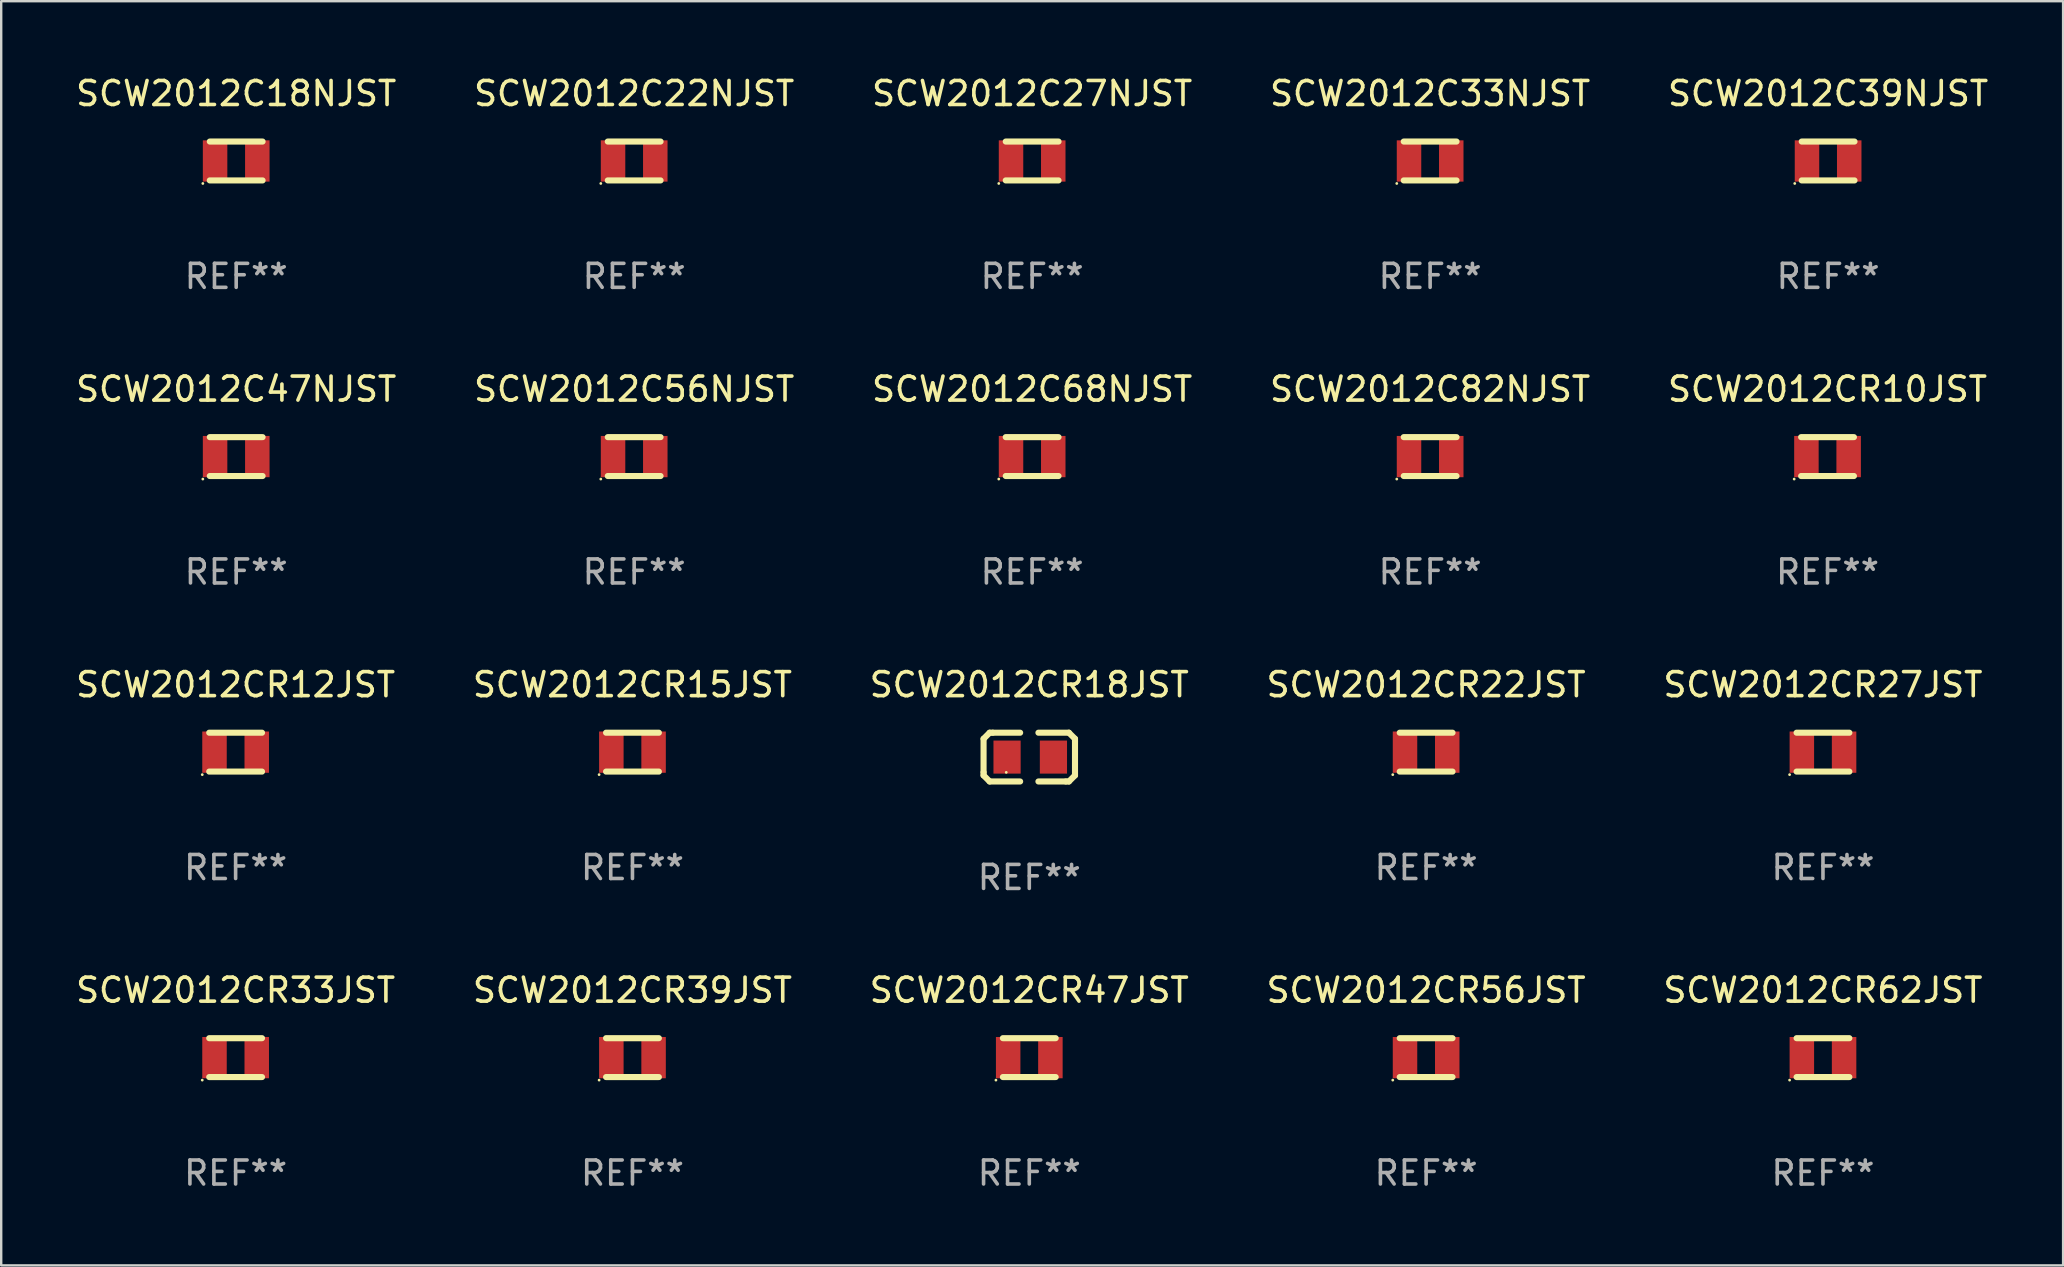
<source format=kicad_pcb>
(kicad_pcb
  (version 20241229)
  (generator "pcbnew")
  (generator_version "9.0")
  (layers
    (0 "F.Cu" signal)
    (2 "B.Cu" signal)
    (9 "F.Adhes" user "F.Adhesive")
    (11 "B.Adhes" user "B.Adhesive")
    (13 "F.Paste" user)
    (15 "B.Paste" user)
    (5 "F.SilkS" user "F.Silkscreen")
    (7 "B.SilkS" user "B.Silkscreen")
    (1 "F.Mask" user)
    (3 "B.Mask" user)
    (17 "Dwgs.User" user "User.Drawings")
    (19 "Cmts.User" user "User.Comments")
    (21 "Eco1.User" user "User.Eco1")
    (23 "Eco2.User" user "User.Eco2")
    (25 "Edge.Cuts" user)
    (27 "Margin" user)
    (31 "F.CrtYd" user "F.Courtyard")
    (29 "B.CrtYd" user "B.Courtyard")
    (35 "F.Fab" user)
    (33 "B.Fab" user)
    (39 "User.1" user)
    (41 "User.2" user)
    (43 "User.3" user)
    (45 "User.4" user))
  (footprint "SCW2012C33NJST"
    (layer "F.Cu")
    (at 56.542 3.658)
    (property "Reference" "SCW2012C33NJST" (at 0 -2.81 0) (layer "F.SilkS") (effects (font (size 1 1) (thickness 0.15))))
    (attr through_hole)
    (fp_line (start -1.1 -0.81) (end 1.1 -0.81) (stroke (width 0.254) (type solid)) (layer "F.SilkS"))
    (fp_line (start -1.1 0.81) (end 1.1 0.81) (stroke (width 0.254) (type solid)) (layer "F.SilkS"))
    (fp_circle (center -1.39 0.937) (end -1.36 0.937) (stroke (width 0.06) (type solid)) (fill no) (layer "F.SilkS"))
    (fp_text user "REF**" (at 0 4.81 0) (layer "F.Fab") (effects (font (size 1 1) (thickness 0.15))))
    (pad "1" smd rect (at -0.88 0) (size 1.02 1.72) (layers "F.Cu" "F.Mask" "F.Paste"))
    (pad "2" smd rect (at 0.88 0) (size 1.02 1.72) (layers "F.Cu" "F.Mask" "F.Paste")))
  (footprint "SCW2012C22NJST"
    (layer "F.Cu")
    (at 23.375 3.658)
    (property "Reference" "SCW2012C22NJST" (at 0 -2.81 0) (layer "F.SilkS") (effects (font (size 1 1) (thickness 0.15))))
    (attr through_hole)
    (fp_line (start -1.1 -0.81) (end 1.1 -0.81) (stroke (width 0.254) (type solid)) (layer "F.SilkS"))
    (fp_line (start -1.1 0.81) (end 1.1 0.81) (stroke (width 0.254) (type solid)) (layer "F.SilkS"))
    (fp_circle (center -1.39 0.937) (end -1.36 0.937) (stroke (width 0.06) (type solid)) (fill no) (layer "F.SilkS"))
    (fp_text user "REF**" (at 0 4.81 0) (layer "F.Fab") (effects (font (size 1 1) (thickness 0.15))))
    (pad "1" smd rect (at -0.88 0) (size 1.02 1.72) (layers "F.Cu" "F.Mask" "F.Paste"))
    (pad "2" smd rect (at 0.88 0) (size 1.02 1.72) (layers "F.Cu" "F.Mask" "F.Paste")))
  (footprint "SCW2012CR15JST"
    (layer "F.Cu")
    (at 23.304 28.291)
    (property "Reference" "SCW2012CR15JST" (at 0 -2.81 0) (layer "F.SilkS") (effects (font (size 1 1) (thickness 0.15))))
    (attr through_hole)
    (fp_line (start -1.1 -0.81) (end 1.1 -0.81) (stroke (width 0.254) (type solid)) (layer "F.SilkS"))
    (fp_line (start -1.1 0.81) (end 1.1 0.81) (stroke (width 0.254) (type solid)) (layer "F.SilkS"))
    (fp_circle (center -1.39 0.937) (end -1.36 0.937) (stroke (width 0.06) (type solid)) (fill no) (layer "F.SilkS"))
    (fp_text user "REF**" (at 0 4.81 0) (layer "F.Fab") (effects (font (size 1 1) (thickness 0.15))))
    (pad "1" smd rect (at -0.88 0) (size 1.02 1.72) (layers "F.Cu" "F.Mask" "F.Paste"))
    (pad "2" smd rect (at 0.88 0) (size 1.02 1.72) (layers "F.Cu" "F.Mask" "F.Paste")))
  (footprint "SCW2012C82NJST"
    (layer "F.Cu")
    (at 56.542 15.975)
    (property "Reference" "SCW2012C82NJST" (at 0 -2.81 0) (layer "F.SilkS") (effects (font (size 1 1) (thickness 0.15))))
    (attr through_hole)
    (fp_line (start -1.1 -0.81) (end 1.1 -0.81) (stroke (width 0.254) (type solid)) (layer "F.SilkS"))
    (fp_line (start -1.1 0.81) (end 1.1 0.81) (stroke (width 0.254) (type solid)) (layer "F.SilkS"))
    (fp_circle (center -1.39 0.937) (end -1.36 0.937) (stroke (width 0.06) (type solid)) (fill no) (layer "F.SilkS"))
    (fp_text user "REF**" (at 0 4.81 0) (layer "F.Fab") (effects (font (size 1 1) (thickness 0.15))))
    (pad "1" smd rect (at -0.88 0) (size 1.02 1.72) (layers "F.Cu" "F.Mask" "F.Paste"))
    (pad "2" smd rect (at 0.88 0) (size 1.02 1.72) (layers "F.Cu" "F.Mask" "F.Paste")))
  (footprint "SCW2012CR47JST"
    (layer "F.Cu")
    (at 39.839 41.02)
    (property "Reference" "SCW2012CR47JST" (at 0 -2.81 0) (layer "F.SilkS") (effects (font (size 1 1) (thickness 0.15))))
    (attr through_hole)
    (fp_line (start -1.1 -0.81) (end 1.1 -0.81) (stroke (width 0.254) (type solid)) (layer "F.SilkS"))
    (fp_line (start -1.1 0.81) (end 1.1 0.81) (stroke (width 0.254) (type solid)) (layer "F.SilkS"))
    (fp_circle (center -1.39 0.937) (end -1.36 0.937) (stroke (width 0.06) (type solid)) (fill no) (layer "F.SilkS"))
    (fp_text user "REF**" (at 0 4.81 0) (layer "F.Fab") (effects (font (size 1 1) (thickness 0.15))))
    (pad "1" smd rect (at -0.88 0) (size 1.02 1.72) (layers "F.Cu" "F.Mask" "F.Paste"))
    (pad "2" smd rect (at 0.88 0) (size 1.02 1.72) (layers "F.Cu" "F.Mask" "F.Paste")))
  (footprint "SCW2012CR18JST"
    (layer "F.Cu")
    (at 39.839 28.497)
    (property "Reference" "SCW2012CR18JST" (at 0 -3.016 0) (layer "F.SilkS") (effects (font (size 1 1) (thickness 0.15))))
    (attr through_hole)
    (fp_line (start -1.905 -0.762) (end -1.905 0.635) (stroke (width 0.254) (type solid)) (layer "F.SilkS"))
    (fp_line (start -1.905 0.635) (end -1.905 0.762) (stroke (width 0.254) (type solid)) (layer "F.SilkS"))
    (fp_line (start -1.905 0.762) (end -1.651 1.016) (stroke (width 0.254) (type solid)) (layer "F.SilkS"))
    (fp_line (start -1.651 -1.016) (end -1.905 -0.762) (stroke (width 0.254) (type solid)) (layer "F.SilkS"))
    (fp_line (start -1.651 1.016) (end -0.381 1.016) (stroke (width 0.254) (type solid)) (layer "F.SilkS"))
    (fp_line (start -1.524 -1.016) (end -1.651 -1.016) (stroke (width 0.254) (type solid)) (layer "F.SilkS"))
    (fp_line (start -0.381 -1.016) (end -1.524 -1.016) (stroke (width 0.254) (type solid)) (layer "F.SilkS"))
    (fp_line (start 0.381 1.016) (end 1.524 1.016) (stroke (width 0.254) (type solid)) (layer "F.SilkS"))
    (fp_line (start 1.524 1.016) (end 1.651 1.016) (stroke (width 0.254) (type solid)) (layer "F.SilkS"))
    (fp_line (start 1.651 -1.016) (end 0.381 -1.016) (stroke (width 0.254) (type solid)) (layer "F.SilkS"))
    (fp_line (start 1.651 1.016) (end 1.905 0.762) (stroke (width 0.254) (type solid)) (layer "F.SilkS"))
    (fp_line (start 1.905 -0.762) (end 1.651 -1.016) (stroke (width 0.254) (type solid)) (layer "F.SilkS"))
    (fp_line (start 1.905 -0.635) (end 1.905 -0.762) (stroke (width 0.254) (type solid)) (layer "F.SilkS"))
    (fp_line (start 1.905 0.762) (end 1.905 -0.635) (stroke (width 0.254) (type solid)) (layer "F.SilkS"))
    (fp_circle (center -0.96 0.637) (end -0.93 0.637) (stroke (width 0.06) (type solid)) (fill no) (layer "F.SilkS"))
    (fp_text user "REF**" (at 0 5.016 0) (layer "F.Fab") (effects (font (size 1 1) (thickness 0.15))))
    (pad "1" smd rect (at -0.926 -0.000051) (size 1.133 1.377) (layers "F.Cu" "F.Mask" "F.Paste"))
    (pad "2" smd rect (at 1.006 -0.000051) (size 1.133 1.377) (layers "F.Cu" "F.Mask" "F.Paste")))
  (footprint "SCW2012CR33JST"
    (layer "F.Cu")
    (at 6.768 41.02)
    (property "Reference" "SCW2012CR33JST" (at 0 -2.81 0) (layer "F.SilkS") (effects (font (size 1 1) (thickness 0.15))))
    (attr through_hole)
    (fp_line (start -1.1 -0.81) (end 1.1 -0.81) (stroke (width 0.254) (type solid)) (layer "F.SilkS"))
    (fp_line (start -1.1 0.81) (end 1.1 0.81) (stroke (width 0.254) (type solid)) (layer "F.SilkS"))
    (fp_circle (center -1.39 0.937) (end -1.36 0.937) (stroke (width 0.06) (type solid)) (fill no) (layer "F.SilkS"))
    (fp_text user "REF**" (at 0 4.81 0) (layer "F.Fab") (effects (font (size 1 1) (thickness 0.15))))
    (pad "1" smd rect (at -0.88 0) (size 1.02 1.72) (layers "F.Cu" "F.Mask" "F.Paste"))
    (pad "2" smd rect (at 0.88 0) (size 1.02 1.72) (layers "F.Cu" "F.Mask" "F.Paste")))
  (footprint "SCW2012CR56JST"
    (layer "F.Cu")
    (at 56.375 41.02)
    (property "Reference" "SCW2012CR56JST" (at 0 -2.81 0) (layer "F.SilkS") (effects (font (size 1 1) (thickness 0.15))))
    (attr through_hole)
    (fp_line (start -1.1 -0.81) (end 1.1 -0.81) (stroke (width 0.254) (type solid)) (layer "F.SilkS"))
    (fp_line (start -1.1 0.81) (end 1.1 0.81) (stroke (width 0.254) (type solid)) (layer "F.SilkS"))
    (fp_circle (center -1.39 0.937) (end -1.36 0.937) (stroke (width 0.06) (type solid)) (fill no) (layer "F.SilkS"))
    (fp_text user "REF**" (at 0 4.81 0) (layer "F.Fab") (effects (font (size 1 1) (thickness 0.15))))
    (pad "1" smd rect (at -0.88 0) (size 1.02 1.72) (layers "F.Cu" "F.Mask" "F.Paste"))
    (pad "2" smd rect (at 0.88 0) (size 1.02 1.72) (layers "F.Cu" "F.Mask" "F.Paste")))
  (footprint "SCW2012CR10JST"
    (layer "F.Cu")
    (at 73.101 15.975)
    (property "Reference" "SCW2012CR10JST" (at 0 -2.81 0) (layer "F.SilkS") (effects (font (size 1 1) (thickness 0.15))))
    (attr through_hole)
    (fp_line (start -1.1 -0.81) (end 1.1 -0.81) (stroke (width 0.254) (type solid)) (layer "F.SilkS"))
    (fp_line (start -1.1 0.81) (end 1.1 0.81) (stroke (width 0.254) (type solid)) (layer "F.SilkS"))
    (fp_circle (center -1.39 0.937) (end -1.36 0.937) (stroke (width 0.06) (type solid)) (fill no) (layer "F.SilkS"))
    (fp_text user "REF**" (at 0 4.81 0) (layer "F.Fab") (effects (font (size 1 1) (thickness 0.15))))
    (pad "1" smd rect (at -0.88 0) (size 1.02 1.72) (layers "F.Cu" "F.Mask" "F.Paste"))
    (pad "2" smd rect (at 0.88 0) (size 1.02 1.72) (layers "F.Cu" "F.Mask" "F.Paste")))
  (footprint "SCW2012CR22JST"
    (layer "F.Cu")
    (at 56.375 28.291)
    (property "Reference" "SCW2012CR22JST" (at 0 -2.81 0) (layer "F.SilkS") (effects (font (size 1 1) (thickness 0.15))))
    (attr through_hole)
    (fp_line (start -1.1 -0.81) (end 1.1 -0.81) (stroke (width 0.254) (type solid)) (layer "F.SilkS"))
    (fp_line (start -1.1 0.81) (end 1.1 0.81) (stroke (width 0.254) (type solid)) (layer "F.SilkS"))
    (fp_circle (center -1.39 0.937) (end -1.36 0.937) (stroke (width 0.06) (type solid)) (fill no) (layer "F.SilkS"))
    (fp_text user "REF**" (at 0 4.81 0) (layer "F.Fab") (effects (font (size 1 1) (thickness 0.15))))
    (pad "1" smd rect (at -0.88 0) (size 1.02 1.72) (layers "F.Cu" "F.Mask" "F.Paste"))
    (pad "2" smd rect (at 0.88 0) (size 1.02 1.72) (layers "F.Cu" "F.Mask" "F.Paste")))
  (footprint "SCW2012CR39JST"
    (layer "F.Cu")
    (at 23.304 41.02)
    (property "Reference" "SCW2012CR39JST" (at 0 -2.81 0) (layer "F.SilkS") (effects (font (size 1 1) (thickness 0.15))))
    (attr through_hole)
    (fp_line (start -1.1 -0.81) (end 1.1 -0.81) (stroke (width 0.254) (type solid)) (layer "F.SilkS"))
    (fp_line (start -1.1 0.81) (end 1.1 0.81) (stroke (width 0.254) (type solid)) (layer "F.SilkS"))
    (fp_circle (center -1.39 0.937) (end -1.36 0.937) (stroke (width 0.06) (type solid)) (fill no) (layer "F.SilkS"))
    (fp_text user "REF**" (at 0 4.81 0) (layer "F.Fab") (effects (font (size 1 1) (thickness 0.15))))
    (pad "1" smd rect (at -0.88 0) (size 1.02 1.72) (layers "F.Cu" "F.Mask" "F.Paste"))
    (pad "2" smd rect (at 0.88 0) (size 1.02 1.72) (layers "F.Cu" "F.Mask" "F.Paste")))
  (footprint "SCW2012C68NJST"
    (layer "F.Cu")
    (at 39.958 15.975)
    (property "Reference" "SCW2012C68NJST" (at 0 -2.81 0) (layer "F.SilkS") (effects (font (size 1 1) (thickness 0.15))))
    (attr through_hole)
    (fp_line (start -1.1 -0.81) (end 1.1 -0.81) (stroke (width 0.254) (type solid)) (layer "F.SilkS"))
    (fp_line (start -1.1 0.81) (end 1.1 0.81) (stroke (width 0.254) (type solid)) (layer "F.SilkS"))
    (fp_circle (center -1.39 0.937) (end -1.36 0.937) (stroke (width 0.06) (type solid)) (fill no) (layer "F.SilkS"))
    (fp_text user "REF**" (at 0 4.81 0) (layer "F.Fab") (effects (font (size 1 1) (thickness 0.15))))
    (pad "1" smd rect (at -0.88 0) (size 1.02 1.72) (layers "F.Cu" "F.Mask" "F.Paste"))
    (pad "2" smd rect (at 0.88 0) (size 1.02 1.72) (layers "F.Cu" "F.Mask" "F.Paste")))
  (footprint "SCW2012CR27JST"
    (layer "F.Cu")
    (at 72.911 28.291)
    (property "Reference" "SCW2012CR27JST" (at 0 -2.81 0) (layer "F.SilkS") (effects (font (size 1 1) (thickness 0.15))))
    (attr through_hole)
    (fp_line (start -1.1 -0.81) (end 1.1 -0.81) (stroke (width 0.254) (type solid)) (layer "F.SilkS"))
    (fp_line (start -1.1 0.81) (end 1.1 0.81) (stroke (width 0.254) (type solid)) (layer "F.SilkS"))
    (fp_circle (center -1.39 0.937) (end -1.36 0.937) (stroke (width 0.06) (type solid)) (fill no) (layer "F.SilkS"))
    (fp_text user "REF**" (at 0 4.81 0) (layer "F.Fab") (effects (font (size 1 1) (thickness 0.15))))
    (pad "1" smd rect (at -0.88 0) (size 1.02 1.72) (layers "F.Cu" "F.Mask" "F.Paste"))
    (pad "2" smd rect (at 0.88 0) (size 1.02 1.72) (layers "F.Cu" "F.Mask" "F.Paste")))
  (footprint "SCW2012C27NJST"
    (layer "F.Cu")
    (at 39.958 3.658)
    (property "Reference" "SCW2012C27NJST" (at 0 -2.81 0) (layer "F.SilkS") (effects (font (size 1 1) (thickness 0.15))))
    (attr through_hole)
    (fp_line (start -1.1 -0.81) (end 1.1 -0.81) (stroke (width 0.254) (type solid)) (layer "F.SilkS"))
    (fp_line (start -1.1 0.81) (end 1.1 0.81) (stroke (width 0.254) (type solid)) (layer "F.SilkS"))
    (fp_circle (center -1.39 0.937) (end -1.36 0.937) (stroke (width 0.06) (type solid)) (fill no) (layer "F.SilkS"))
    (fp_text user "REF**" (at 0 4.81 0) (layer "F.Fab") (effects (font (size 1 1) (thickness 0.15))))
    (pad "1" smd rect (at -0.88 0) (size 1.02 1.72) (layers "F.Cu" "F.Mask" "F.Paste"))
    (pad "2" smd rect (at 0.88 0) (size 1.02 1.72) (layers "F.Cu" "F.Mask" "F.Paste")))
  (footprint "SCW2012C39NJST"
    (layer "F.Cu")
    (at 73.125 3.658)
    (property "Reference" "SCW2012C39NJST" (at 0 -2.81 0) (layer "F.SilkS") (effects (font (size 1 1) (thickness 0.15))))
    (attr through_hole)
    (fp_line (start -1.1 -0.81) (end 1.1 -0.81) (stroke (width 0.254) (type solid)) (layer "F.SilkS"))
    (fp_line (start -1.1 0.81) (end 1.1 0.81) (stroke (width 0.254) (type solid)) (layer "F.SilkS"))
    (fp_circle (center -1.39 0.937) (end -1.36 0.937) (stroke (width 0.06) (type solid)) (fill no) (layer "F.SilkS"))
    (fp_text user "REF**" (at 0 4.81 0) (layer "F.Fab") (effects (font (size 1 1) (thickness 0.15))))
    (pad "1" smd rect (at -0.88 0) (size 1.02 1.72) (layers "F.Cu" "F.Mask" "F.Paste"))
    (pad "2" smd rect (at 0.88 0) (size 1.02 1.72) (layers "F.Cu" "F.Mask" "F.Paste")))
  (footprint "SCW2012C18NJST"
    (layer "F.Cu")
    (at 6.792 3.658)
    (property "Reference" "SCW2012C18NJST" (at 0 -2.81 0) (layer "F.SilkS") (effects (font (size 1 1) (thickness 0.15))))
    (attr through_hole)
    (fp_line (start -1.1 -0.81) (end 1.1 -0.81) (stroke (width 0.254) (type solid)) (layer "F.SilkS"))
    (fp_line (start -1.1 0.81) (end 1.1 0.81) (stroke (width 0.254) (type solid)) (layer "F.SilkS"))
    (fp_circle (center -1.39 0.937) (end -1.36 0.937) (stroke (width 0.06) (type solid)) (fill no) (layer "F.SilkS"))
    (fp_text user "REF**" (at 0 4.81 0) (layer "F.Fab") (effects (font (size 1 1) (thickness 0.15))))
    (pad "1" smd rect (at -0.88 0) (size 1.02 1.72) (layers "F.Cu" "F.Mask" "F.Paste"))
    (pad "2" smd rect (at 0.88 0) (size 1.02 1.72) (layers "F.Cu" "F.Mask" "F.Paste")))
  (footprint "SCW2012CR62JST"
    (layer "F.Cu")
    (at 72.911 41.02)
    (property "Reference" "SCW2012CR62JST" (at 0 -2.81 0) (layer "F.SilkS") (effects (font (size 1 1) (thickness 0.15))))
    (attr through_hole)
    (fp_line (start -1.1 -0.81) (end 1.1 -0.81) (stroke (width 0.254) (type solid)) (layer "F.SilkS"))
    (fp_line (start -1.1 0.81) (end 1.1 0.81) (stroke (width 0.254) (type solid)) (layer "F.SilkS"))
    (fp_circle (center -1.39 0.937) (end -1.36 0.937) (stroke (width 0.06) (type solid)) (fill no) (layer "F.SilkS"))
    (fp_text user "REF**" (at 0 4.81 0) (layer "F.Fab") (effects (font (size 1 1) (thickness 0.15))))
    (pad "1" smd rect (at -0.88 0 270) (size 1.72 1.02) (layers "F.Cu" "F.Mask" "F.Paste"))
    (pad "2" smd rect (at 0.88 0 90) (size 1.72 1.02) (layers "F.Cu" "F.Mask" "F.Paste")))
  (footprint "SCW2012CR12JST"
    (layer "F.Cu")
    (at 6.768 28.291)
    (property "Reference" "SCW2012CR12JST" (at 0 -2.81 0) (layer "F.SilkS") (effects (font (size 1 1) (thickness 0.15))))
    (attr through_hole)
    (fp_line (start -1.1 -0.81) (end 1.1 -0.81) (stroke (width 0.254) (type solid)) (layer "F.SilkS"))
    (fp_line (start -1.1 0.81) (end 1.1 0.81) (stroke (width 0.254) (type solid)) (layer "F.SilkS"))
    (fp_circle (center -1.39 0.937) (end -1.36 0.937) (stroke (width 0.06) (type solid)) (fill no) (layer "F.SilkS"))
    (fp_text user "REF**" (at 0 4.81 0) (layer "F.Fab") (effects (font (size 1 1) (thickness 0.15))))
    (pad "1" smd rect (at -0.88 0) (size 1.02 1.72) (layers "F.Cu" "F.Mask" "F.Paste"))
    (pad "2" smd rect (at 0.88 0) (size 1.02 1.72) (layers "F.Cu" "F.Mask" "F.Paste")))
  (footprint "SCW2012C47NJST"
    (layer "F.Cu")
    (at 6.792 15.975)
    (property "Reference" "SCW2012C47NJST" (at 0 -2.81 0) (layer "F.SilkS") (effects (font (size 1 1) (thickness 0.15))))
    (attr through_hole)
    (fp_line (start -1.1 -0.81) (end 1.1 -0.81) (stroke (width 0.254) (type solid)) (layer "F.SilkS"))
    (fp_line (start -1.1 0.81) (end 1.1 0.81) (stroke (width 0.254) (type solid)) (layer "F.SilkS"))
    (fp_circle (center -1.39 0.937) (end -1.36 0.937) (stroke (width 0.06) (type solid)) (fill no) (layer "F.SilkS"))
    (fp_text user "REF**" (at 0 4.81 0) (layer "F.Fab") (effects (font (size 1 1) (thickness 0.15))))
    (pad "1" smd rect (at -0.88 0) (size 1.02 1.72) (layers "F.Cu" "F.Mask" "F.Paste"))
    (pad "2" smd rect (at 0.88 0) (size 1.02 1.72) (layers "F.Cu" "F.Mask" "F.Paste")))
  (footprint "SCW2012C56NJST"
    (layer "F.Cu")
    (at 23.375 15.975)
    (property "Reference" "SCW2012C56NJST" (at 0 -2.81 0) (layer "F.SilkS") (effects (font (size 1 1) (thickness 0.15))))
    (attr through_hole)
    (fp_line (start -1.1 -0.81) (end 1.1 -0.81) (stroke (width 0.254) (type solid)) (layer "F.SilkS"))
    (fp_line (start -1.1 0.81) (end 1.1 0.81) (stroke (width 0.254) (type solid)) (layer "F.SilkS"))
    (fp_circle (center -1.39 0.937) (end -1.36 0.937) (stroke (width 0.06) (type solid)) (fill no) (layer "F.SilkS"))
    (fp_text user "REF**" (at 0 4.81 0) (layer "F.Fab") (effects (font (size 1 1) (thickness 0.15))))
    (pad "1" smd rect (at -0.88 0) (size 1.02 1.72) (layers "F.Cu" "F.Mask" "F.Paste"))
    (pad "2" smd rect (at 0.88 0) (size 1.02 1.72) (layers "F.Cu" "F.Mask" "F.Paste")))
  (gr_rect
    (start -3 -3)
    (end 82.917 49.678)
    (stroke (width 0.1) (type default))
    (fill no)
    (layer "Edge.Cuts")))
</source>
